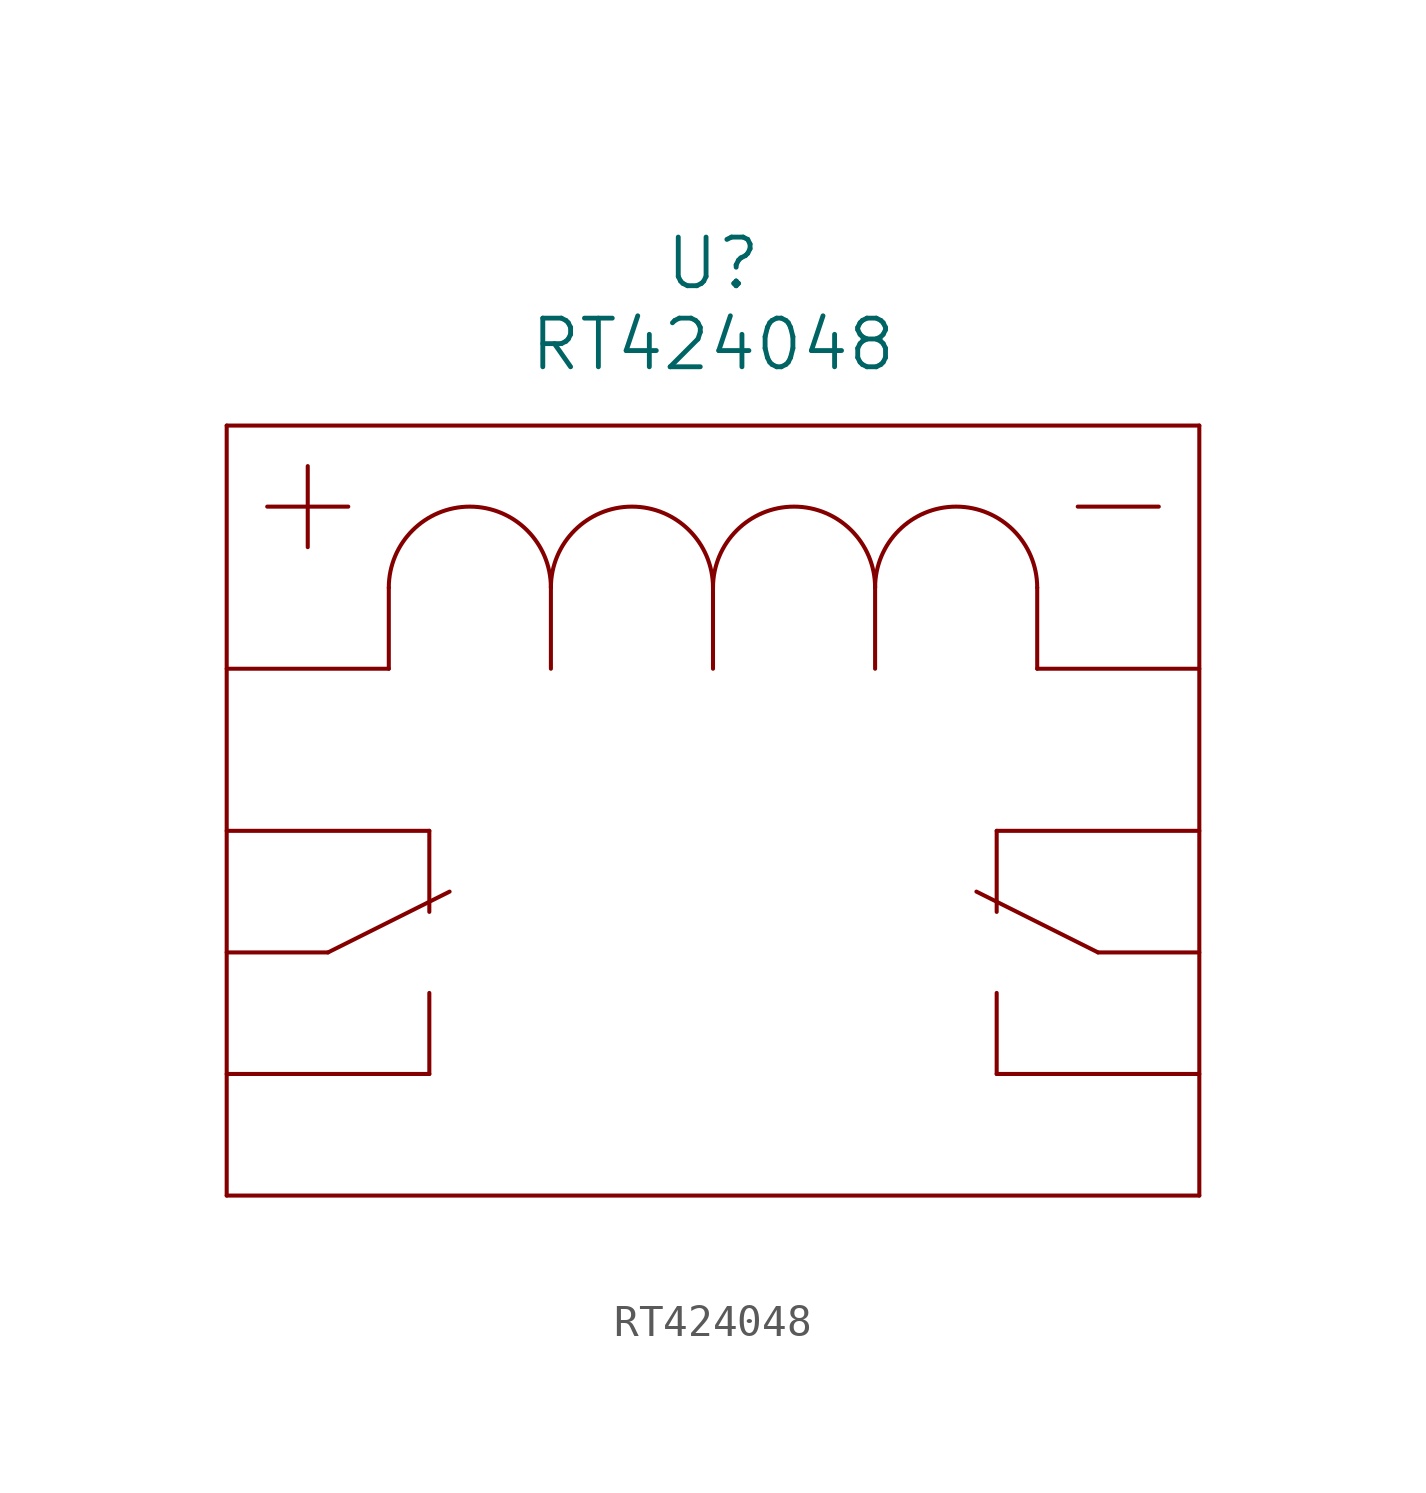
<source format=kicad_sym>
(kicad_symbol_lib
  (version 20211014)
  (generator kicad_symbol_editor)
  (symbol "RT424048"
    (pin_names
      (offset 0.254))
    (property "Reference" "U"
      (at 22.86 12.7 0)
      (effects (font (size 1.524 1.524))))
    (property "Value" "RT424048"
      (at 22.86 10.16 0)
      (effects (font (size 1.524 1.524))))
    (symbol "RT424048_0_1"
      (polyline (pts (xy 34.925 -8.89) (xy 38.1 -8.89)) (stroke (width 0.127) (type default) (color 0 0 0 0)) (fill (type none)))
      (polyline (pts (xy 34.925 -8.89) (xy 31.115 -6.985)) (stroke (width 0.127) (type default) (color 0 0 0 0)) (fill (type none)))
      (polyline (pts (xy 38.1 -12.7) (xy 31.75 -12.7)) (stroke (width 0.127) (type default) (color 0 0 0 0)) (fill (type none)))
      (polyline (pts (xy 31.75 -5.08) (xy 38.1 -5.08)) (stroke (width 0.127) (type default) (color 0 0 0 0)) (fill (type none)))
      (polyline (pts (xy 38.1 7.62) (xy 7.62 7.62)) (stroke (width 0.127) (type default) (color 0 0 0 0)) (fill (type none)))
      (arc (start 17.78 2.54) (mid 15.24 5.08) (end 12.7 2.54) (stroke (width 0.127) (type default) (color 0 0 0 0)) (fill (type none)))
      (polyline (pts (xy 12.7 2.54) (xy 12.7 0)) (stroke (width 0.127) (type default) (color 0 0 0 0)) (fill (type none)))
      (arc (start 22.86 2.54) (mid 20.32 5.08) (end 17.78 2.54) (stroke (width 0.127) (type default) (color 0 0 0 0)) (fill (type none)))
      (polyline (pts (xy 17.78 2.54) (xy 17.78 0)) (stroke (width 0.127) (type default) (color 0 0 0 0)) (fill (type none)))
      (arc (start 27.94 2.54) (mid 25.4 5.08) (end 22.86 2.54) (stroke (width 0.127) (type default) (color 0 0 0 0)) (fill (type none)))
      (polyline (pts (xy 22.86 2.54) (xy 22.86 0)) (stroke (width 0.127) (type default) (color 0 0 0 0)) (fill (type none)))
      (arc (start 33.02 2.54) (mid 30.48 5.08) (end 27.94 2.54) (stroke (width 0.127) (type default) (color 0 0 0 0)) (fill (type none)))
      (polyline (pts (xy 27.94 2.54) (xy 27.94 0)) (stroke (width 0.127) (type default) (color 0 0 0 0)) (fill (type none)))
      (polyline (pts (xy 33.02 2.54) (xy 33.02 0)) (stroke (width 0.127) (type default) (color 0 0 0 0)) (fill (type none)))
      (polyline (pts (xy 7.62 7.62) (xy 7.62 -16.51)) (stroke (width 0.127) (type default) (color 0 0 0 0)) (fill (type none)))
      (polyline (pts (xy 7.62 -16.51) (xy 38.1 -16.51)) (stroke (width 0.127) (type default) (color 0 0 0 0)) (fill (type none)))
      (polyline (pts (xy 38.1 -16.51) (xy 38.1 7.62)) (stroke (width 0.127) (type default) (color 0 0 0 0)) (fill (type none)))
      (polyline (pts (xy 31.75 -7.62) (xy 31.75 -5.08)) (stroke (width 0.127) (type default) (color 0 0 0 0)) (fill (type none)))
      (polyline (pts (xy 12.7 0) (xy 7.62 0)) (stroke (width 0.127) (type default) (color 0 0 0 0)) (fill (type none)))
      (polyline (pts (xy 33.02 0) (xy 38.1 0)) (stroke (width 0.127) (type default) (color 0 0 0 0)) (fill (type none)))
      (polyline (pts (xy 31.75 -12.7) (xy 31.75 -10.16)) (stroke (width 0.127) (type default) (color 0 0 0 0)) (fill (type none)))
      (polyline (pts (xy 11.43 5.08) (xy 8.89 5.08)) (stroke (width 0.127) (type default) (color 0 0 0 0)) (fill (type none)))
      (polyline (pts (xy 10.16 6.35) (xy 10.16 3.81)) (stroke (width 0.127) (type default) (color 0 0 0 0)) (fill (type none)))
      (polyline (pts (xy 34.29 5.08) (xy 36.83 5.08)) (stroke (width 0.127) (type default) (color 0 0 0 0)) (fill (type none)))
      (polyline (pts (xy 10.795 -8.89) (xy 7.62 -8.89)) (stroke (width 0.127) (type default) (color 0 0 0 0)) (fill (type none)))
      (polyline (pts (xy 10.795 -8.89) (xy 14.605 -6.985)) (stroke (width 0.127) (type default) (color 0 0 0 0)) (fill (type none)))
      (polyline (pts (xy 7.62 -5.08) (xy 13.97 -5.08)) (stroke (width 0.127) (type default) (color 0 0 0 0)) (fill (type none)))
      (polyline (pts (xy 13.97 -12.7) (xy 7.62 -12.7)) (stroke (width 0.127) (type default) (color 0 0 0 0)) (fill (type none)))
      (polyline (pts (xy 13.97 -10.16) (xy 13.97 -12.7)) (stroke (width 0.127) (type default) (color 0 0 0 0)) (fill (type none)))
      (polyline (pts (xy 13.97 -5.08) (xy 13.97 -7.62)) (stroke (width 0.127) (type default) (color 0 0 0 0)) (fill (type none))))))
</source>
